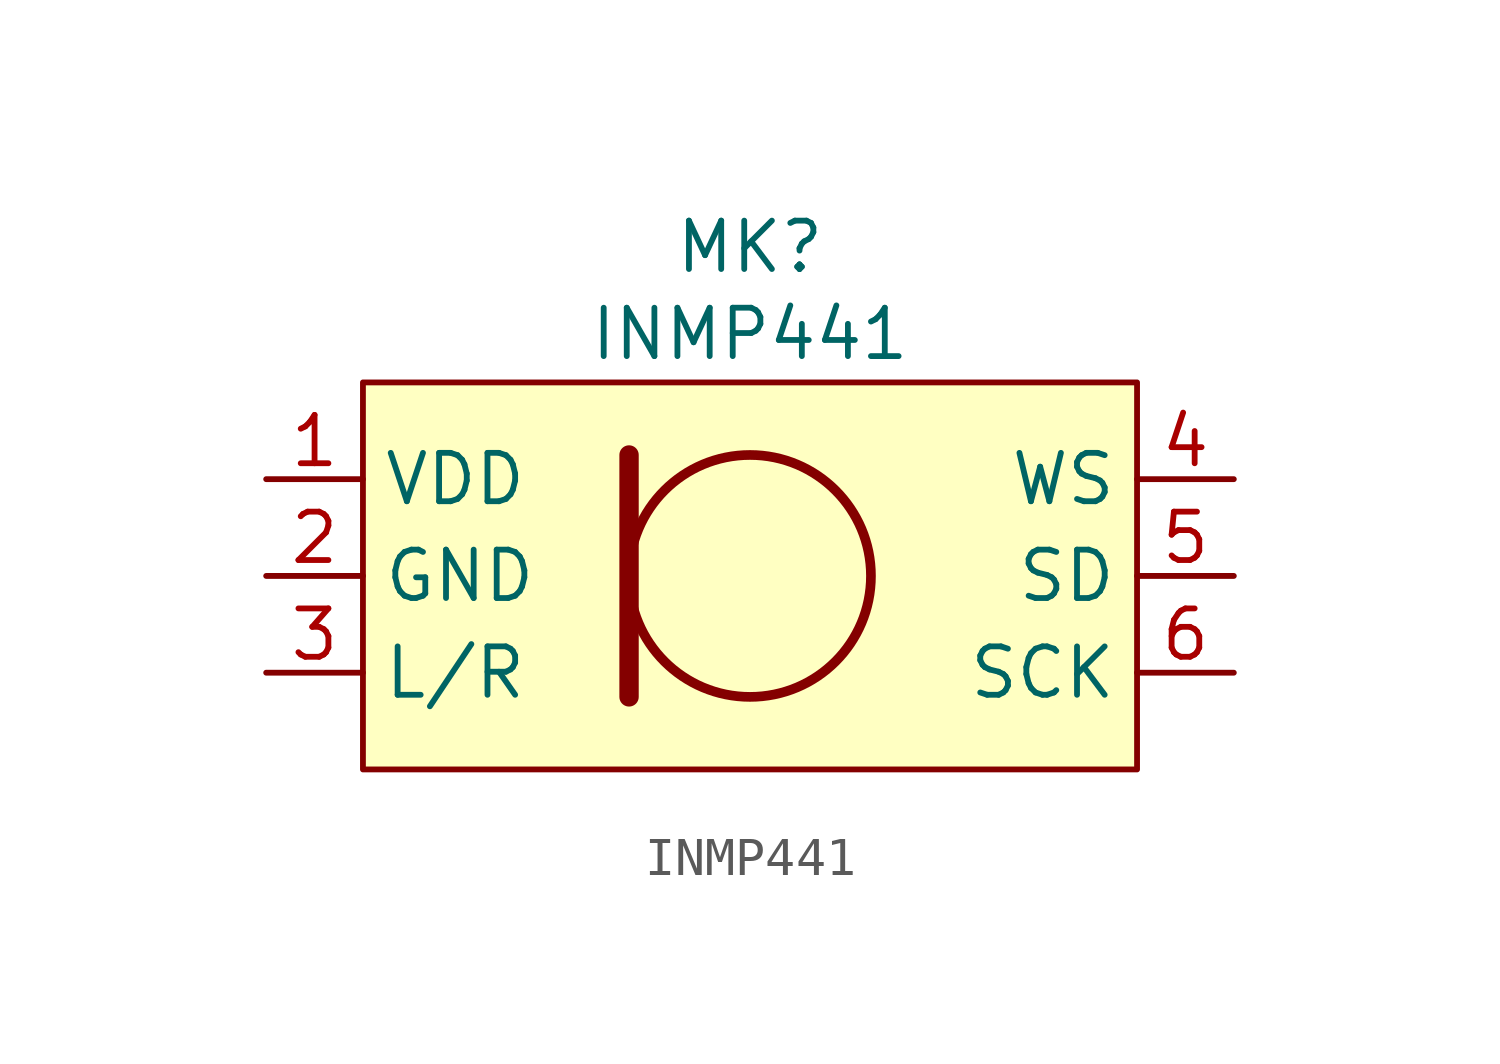
<source format=kicad_sym>
(kicad_symbol_lib
  (version 20231120)
  (generator "kicad_symbol_editor")
  (generator_version "8.0")
  (symbol "INMP441"
    (property "Reference" "MK"
      (at 10.16 3.556 0)
      (effects (font (size 1.27 1.27))))
    (property "Value" "INMP441"
      (at 10.16 1.27 0)
      (effects (font (size 1.27 1.27))))
    (symbol "INMP441_1_1"
      (polyline (pts (xy 6.985 -1.905) (xy 6.985 -8.255)) (stroke (width 0.508) (type default)) (fill (type none)))
      (rectangle (start 0 0) (end 20.32 -10.16) (stroke (width 0) (type default)) (fill (type background)))
      (circle (center 10.16 -5.08) (radius 3.175) (stroke (width 0.254) (type default)) (fill (type none)))
      (pin bidirectional line (at -2.54 -2.54 0) (length 2.54) (name "VDD" (effects (font (size 1.27 1.27)))) (number "1" (effects (font (size 1.27 1.27)))))
      (pin bidirectional line (at -2.54 -5.08 0) (length 2.54) (name "GND" (effects (font (size 1.27 1.27)))) (number "2" (effects (font (size 1.27 1.27)))))
      (pin bidirectional line (at -2.54 -7.62 0) (length 2.54) (name "L/R" (effects (font (size 1.27 1.27)))) (number "3" (effects (font (size 1.27 1.27)))))
      (pin bidirectional line (at 22.86 -2.54 180) (length 2.54) (name "WS" (effects (font (size 1.27 1.27)))) (number "4" (effects (font (size 1.27 1.27)))))
      (pin bidirectional line (at 22.86 -5.08 180) (length 2.54) (name "SD" (effects (font (size 1.27 1.27)))) (number "5" (effects (font (size 1.27 1.27)))))
      (pin bidirectional line (at 22.86 -7.62 180) (length 2.54) (name "SCK" (effects (font (size 1.27 1.27)))) (number "6" (effects (font (size 1.27 1.27))))))))
</source>
